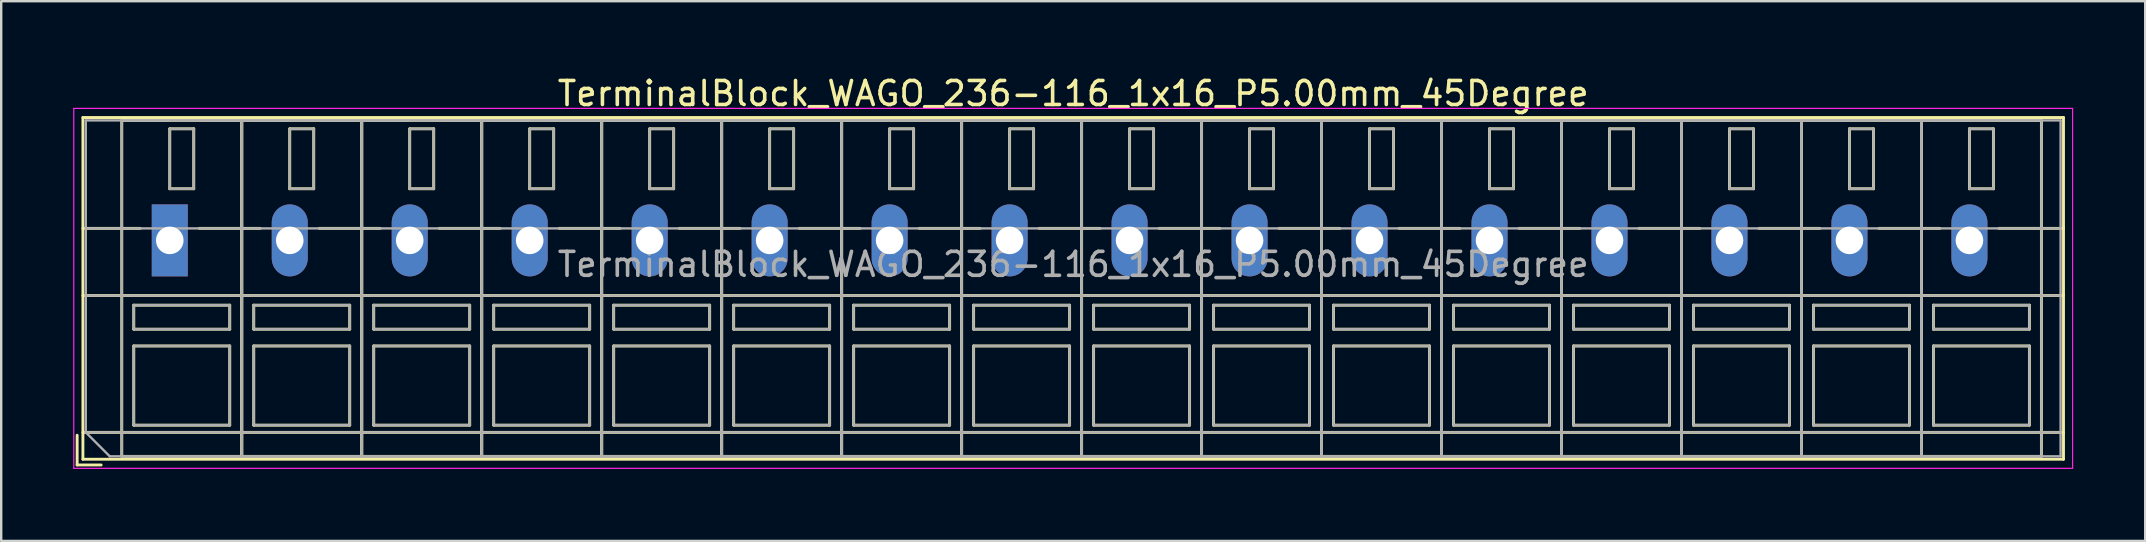
<source format=kicad_pcb>
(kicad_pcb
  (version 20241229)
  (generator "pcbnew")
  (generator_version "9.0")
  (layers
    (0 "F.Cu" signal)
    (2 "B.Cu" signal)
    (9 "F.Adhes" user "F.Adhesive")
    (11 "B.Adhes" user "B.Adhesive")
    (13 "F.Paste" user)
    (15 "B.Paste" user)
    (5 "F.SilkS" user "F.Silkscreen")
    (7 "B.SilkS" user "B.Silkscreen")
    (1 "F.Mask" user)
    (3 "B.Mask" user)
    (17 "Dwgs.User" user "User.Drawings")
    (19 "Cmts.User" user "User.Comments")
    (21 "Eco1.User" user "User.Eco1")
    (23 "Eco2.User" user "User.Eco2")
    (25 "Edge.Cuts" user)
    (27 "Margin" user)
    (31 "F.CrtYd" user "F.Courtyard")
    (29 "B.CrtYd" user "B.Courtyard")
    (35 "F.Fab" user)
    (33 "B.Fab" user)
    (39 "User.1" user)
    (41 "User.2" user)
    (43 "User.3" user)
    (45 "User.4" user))
  (footprint "TerminalBlock_WAGO_236-116_1x16_P5.00mm_45Degree"
    (layer "F.Cu")
    (at 4.025 6.968)
    (property "Reference" "TerminalBlock_WAGO_236-116_1x16_P5.00mm_45Degree" (at 37.65 -6.12 0) (layer "F.SilkS") (effects (font (size 1 1) (thickness 0.15))))
    (attr through_hole)
    (fp_line (start -3.86 8.12) (end -3.86 9.36) (stroke (width 0.12) (type solid)) (layer "F.SilkS"))
    (fp_line (start -3.86 9.36) (end -2.86 9.36) (stroke (width 0.12) (type solid)) (layer "F.SilkS"))
    (fp_line (start -3.62 -5.12) (end -3.62 9.12) (stroke (width 0.12) (type solid)) (layer "F.SilkS"))
    (fp_line (start -3.62 -5.12) (end 78.92 -5.12) (stroke (width 0.12) (type solid)) (layer "F.SilkS"))
    (fp_line (start -3.62 -0.5) (end -1.23 -0.5) (stroke (width 0.12) (type solid)) (layer "F.SilkS"))
    (fp_line (start -3.62 2.3) (end 78.92 2.3) (stroke (width 0.12) (type solid)) (layer "F.SilkS"))
    (fp_line (start -3.62 8) (end 78.92 8) (stroke (width 0.12) (type solid)) (layer "F.SilkS"))
    (fp_line (start -3.62 9.12) (end 78.92 9.12) (stroke (width 0.12) (type solid)) (layer "F.SilkS"))
    (fp_line (start -2 -5) (end -2 9) (stroke (width 0.12) (type solid)) (layer "F.SilkS"))
    (fp_line (start -2 -5) (end 3 -5) (stroke (width 0.12) (type solid)) (layer "F.SilkS"))
    (fp_line (start -2 9) (end 3 9) (stroke (width 0.12) (type solid)) (layer "F.SilkS"))
    (fp_line (start -1.5 2.7) (end -1.5 3.7) (stroke (width 0.12) (type solid)) (layer "F.SilkS"))
    (fp_line (start -1.5 2.7) (end 2.5 2.7) (stroke (width 0.12) (type solid)) (layer "F.SilkS"))
    (fp_line (start -1.5 3.7) (end 2.5 3.7) (stroke (width 0.12) (type solid)) (layer "F.SilkS"))
    (fp_line (start -1.5 4.4) (end -1.5 7.7) (stroke (width 0.12) (type solid)) (layer "F.SilkS"))
    (fp_line (start -1.5 4.4) (end 2.5 4.4) (stroke (width 0.12) (type solid)) (layer "F.SilkS"))
    (fp_line (start -1.5 7.7) (end 2.5 7.7) (stroke (width 0.12) (type solid)) (layer "F.SilkS"))
    (fp_line (start 0 -4.65) (end 0 -2.151) (stroke (width 0.12) (type solid)) (layer "F.SilkS"))
    (fp_line (start 0 -4.65) (end 1 -4.65) (stroke (width 0.12) (type solid)) (layer "F.SilkS"))
    (fp_line (start 0 -2.151) (end 1 -2.151) (stroke (width 0.12) (type solid)) (layer "F.SilkS"))
    (fp_line (start 1 -4.65) (end 1 -2.151) (stroke (width 0.12) (type solid)) (layer "F.SilkS"))
    (fp_line (start 1.23 -0.5) (end 3.77 -0.5) (stroke (width 0.12) (type solid)) (layer "F.SilkS"))
    (fp_line (start 2.5 2.7) (end 2.5 3.7) (stroke (width 0.12) (type solid)) (layer "F.SilkS"))
    (fp_line (start 2.5 4.4) (end 2.5 7.7) (stroke (width 0.12) (type solid)) (layer "F.SilkS"))
    (fp_line (start 3 -5) (end 3 9) (stroke (width 0.12) (type solid)) (layer "F.SilkS"))
    (fp_line (start 3 -5) (end 3 9) (stroke (width 0.12) (type solid)) (layer "F.SilkS"))
    (fp_line (start 3 -5) (end 8 -5) (stroke (width 0.12) (type solid)) (layer "F.SilkS"))
    (fp_line (start 3 9) (end 8 9) (stroke (width 0.12) (type solid)) (layer "F.SilkS"))
    (fp_line (start 3.5 2.7) (end 3.5 3.7) (stroke (width 0.12) (type solid)) (layer "F.SilkS"))
    (fp_line (start 3.5 2.7) (end 7.5 2.7) (stroke (width 0.12) (type solid)) (layer "F.SilkS"))
    (fp_line (start 3.5 3.7) (end 7.5 3.7) (stroke (width 0.12) (type solid)) (layer "F.SilkS"))
    (fp_line (start 3.5 4.4) (end 3.5 7.7) (stroke (width 0.12) (type solid)) (layer "F.SilkS"))
    (fp_line (start 3.5 4.4) (end 7.5 4.4) (stroke (width 0.12) (type solid)) (layer "F.SilkS"))
    (fp_line (start 3.5 7.7) (end 7.5 7.7) (stroke (width 0.12) (type solid)) (layer "F.SilkS"))
    (fp_line (start 5 -4.65) (end 5 -2.151) (stroke (width 0.12) (type solid)) (layer "F.SilkS"))
    (fp_line (start 5 -4.65) (end 6 -4.65) (stroke (width 0.12) (type solid)) (layer "F.SilkS"))
    (fp_line (start 5 -2.151) (end 6 -2.151) (stroke (width 0.12) (type solid)) (layer "F.SilkS"))
    (fp_line (start 6 -4.65) (end 6 -2.151) (stroke (width 0.12) (type solid)) (layer "F.SilkS"))
    (fp_line (start 6.23 -0.5) (end 8.77 -0.5) (stroke (width 0.12) (type solid)) (layer "F.SilkS"))
    (fp_line (start 7.5 2.7) (end 7.5 3.7) (stroke (width 0.12) (type solid)) (layer "F.SilkS"))
    (fp_line (start 7.5 4.4) (end 7.5 7.7) (stroke (width 0.12) (type solid)) (layer "F.SilkS"))
    (fp_line (start 8 -5) (end 8 9) (stroke (width 0.12) (type solid)) (layer "F.SilkS"))
    (fp_line (start 8 -5) (end 8 9) (stroke (width 0.12) (type solid)) (layer "F.SilkS"))
    (fp_line (start 8 -5) (end 13 -5) (stroke (width 0.12) (type solid)) (layer "F.SilkS"))
    (fp_line (start 8 9) (end 13 9) (stroke (width 0.12) (type solid)) (layer "F.SilkS"))
    (fp_line (start 8.5 2.7) (end 8.5 3.7) (stroke (width 0.12) (type solid)) (layer "F.SilkS"))
    (fp_line (start 8.5 2.7) (end 12.5 2.7) (stroke (width 0.12) (type solid)) (layer "F.SilkS"))
    (fp_line (start 8.5 3.7) (end 12.5 3.7) (stroke (width 0.12) (type solid)) (layer "F.SilkS"))
    (fp_line (start 8.5 4.4) (end 8.5 7.7) (stroke (width 0.12) (type solid)) (layer "F.SilkS"))
    (fp_line (start 8.5 4.4) (end 12.5 4.4) (stroke (width 0.12) (type solid)) (layer "F.SilkS"))
    (fp_line (start 8.5 7.7) (end 12.5 7.7) (stroke (width 0.12) (type solid)) (layer "F.SilkS"))
    (fp_line (start 10 -4.65) (end 10 -2.151) (stroke (width 0.12) (type solid)) (layer "F.SilkS"))
    (fp_line (start 10 -4.65) (end 11 -4.65) (stroke (width 0.12) (type solid)) (layer "F.SilkS"))
    (fp_line (start 10 -2.151) (end 11 -2.151) (stroke (width 0.12) (type solid)) (layer "F.SilkS"))
    (fp_line (start 11 -4.65) (end 11 -2.151) (stroke (width 0.12) (type solid)) (layer "F.SilkS"))
    (fp_line (start 11.23 -0.5) (end 13.77 -0.5) (stroke (width 0.12) (type solid)) (layer "F.SilkS"))
    (fp_line (start 12.5 2.7) (end 12.5 3.7) (stroke (width 0.12) (type solid)) (layer "F.SilkS"))
    (fp_line (start 12.5 4.4) (end 12.5 7.7) (stroke (width 0.12) (type solid)) (layer "F.SilkS"))
    (fp_line (start 13 -5) (end 13 9) (stroke (width 0.12) (type solid)) (layer "F.SilkS"))
    (fp_line (start 13 -5) (end 13 9) (stroke (width 0.12) (type solid)) (layer "F.SilkS"))
    (fp_line (start 13 -5) (end 18 -5) (stroke (width 0.12) (type solid)) (layer "F.SilkS"))
    (fp_line (start 13 9) (end 18 9) (stroke (width 0.12) (type solid)) (layer "F.SilkS"))
    (fp_line (start 13.5 2.7) (end 13.5 3.7) (stroke (width 0.12) (type solid)) (layer "F.SilkS"))
    (fp_line (start 13.5 2.7) (end 17.5 2.7) (stroke (width 0.12) (type solid)) (layer "F.SilkS"))
    (fp_line (start 13.5 3.7) (end 17.5 3.7) (stroke (width 0.12) (type solid)) (layer "F.SilkS"))
    (fp_line (start 13.5 4.4) (end 13.5 7.7) (stroke (width 0.12) (type solid)) (layer "F.SilkS"))
    (fp_line (start 13.5 4.4) (end 17.5 4.4) (stroke (width 0.12) (type solid)) (layer "F.SilkS"))
    (fp_line (start 13.5 7.7) (end 17.5 7.7) (stroke (width 0.12) (type solid)) (layer "F.SilkS"))
    (fp_line (start 15 -4.65) (end 15 -2.151) (stroke (width 0.12) (type solid)) (layer "F.SilkS"))
    (fp_line (start 15 -4.65) (end 16 -4.65) (stroke (width 0.12) (type solid)) (layer "F.SilkS"))
    (fp_line (start 15 -2.151) (end 16 -2.151) (stroke (width 0.12) (type solid)) (layer "F.SilkS"))
    (fp_line (start 16 -4.65) (end 16 -2.151) (stroke (width 0.12) (type solid)) (layer "F.SilkS"))
    (fp_line (start 16.23 -0.5) (end 18.77 -0.5) (stroke (width 0.12) (type solid)) (layer "F.SilkS"))
    (fp_line (start 17.5 2.7) (end 17.5 3.7) (stroke (width 0.12) (type solid)) (layer "F.SilkS"))
    (fp_line (start 17.5 4.4) (end 17.5 7.7) (stroke (width 0.12) (type solid)) (layer "F.SilkS"))
    (fp_line (start 18 -5) (end 18 9) (stroke (width 0.12) (type solid)) (layer "F.SilkS"))
    (fp_line (start 18 -5) (end 18 9) (stroke (width 0.12) (type solid)) (layer "F.SilkS"))
    (fp_line (start 18 -5) (end 23 -5) (stroke (width 0.12) (type solid)) (layer "F.SilkS"))
    (fp_line (start 18 9) (end 23 9) (stroke (width 0.12) (type solid)) (layer "F.SilkS"))
    (fp_line (start 18.5 2.7) (end 18.5 3.7) (stroke (width 0.12) (type solid)) (layer "F.SilkS"))
    (fp_line (start 18.5 2.7) (end 22.5 2.7) (stroke (width 0.12) (type solid)) (layer "F.SilkS"))
    (fp_line (start 18.5 3.7) (end 22.5 3.7) (stroke (width 0.12) (type solid)) (layer "F.SilkS"))
    (fp_line (start 18.5 4.4) (end 18.5 7.7) (stroke (width 0.12) (type solid)) (layer "F.SilkS"))
    (fp_line (start 18.5 4.4) (end 22.5 4.4) (stroke (width 0.12) (type solid)) (layer "F.SilkS"))
    (fp_line (start 18.5 7.7) (end 22.5 7.7) (stroke (width 0.12) (type solid)) (layer "F.SilkS"))
    (fp_line (start 20 -4.65) (end 20 -2.151) (stroke (width 0.12) (type solid)) (layer "F.SilkS"))
    (fp_line (start 20 -4.65) (end 21 -4.65) (stroke (width 0.12) (type solid)) (layer "F.SilkS"))
    (fp_line (start 20 -2.151) (end 21 -2.151) (stroke (width 0.12) (type solid)) (layer "F.SilkS"))
    (fp_line (start 21 -4.65) (end 21 -2.151) (stroke (width 0.12) (type solid)) (layer "F.SilkS"))
    (fp_line (start 21.23 -0.5) (end 23.77 -0.5) (stroke (width 0.12) (type solid)) (layer "F.SilkS"))
    (fp_line (start 22.5 2.7) (end 22.5 3.7) (stroke (width 0.12) (type solid)) (layer "F.SilkS"))
    (fp_line (start 22.5 4.4) (end 22.5 7.7) (stroke (width 0.12) (type solid)) (layer "F.SilkS"))
    (fp_line (start 23 -5) (end 23 9) (stroke (width 0.12) (type solid)) (layer "F.SilkS"))
    (fp_line (start 23 -5) (end 23 9) (stroke (width 0.12) (type solid)) (layer "F.SilkS"))
    (fp_line (start 23 -5) (end 28 -5) (stroke (width 0.12) (type solid)) (layer "F.SilkS"))
    (fp_line (start 23 9) (end 28 9) (stroke (width 0.12) (type solid)) (layer "F.SilkS"))
    (fp_line (start 23.5 2.7) (end 23.5 3.7) (stroke (width 0.12) (type solid)) (layer "F.SilkS"))
    (fp_line (start 23.5 2.7) (end 27.5 2.7) (stroke (width 0.12) (type solid)) (layer "F.SilkS"))
    (fp_line (start 23.5 3.7) (end 27.5 3.7) (stroke (width 0.12) (type solid)) (layer "F.SilkS"))
    (fp_line (start 23.5 4.4) (end 23.5 7.7) (stroke (width 0.12) (type solid)) (layer "F.SilkS"))
    (fp_line (start 23.5 4.4) (end 27.5 4.4) (stroke (width 0.12) (type solid)) (layer "F.SilkS"))
    (fp_line (start 23.5 7.7) (end 27.5 7.7) (stroke (width 0.12) (type solid)) (layer "F.SilkS"))
    (fp_line (start 25 -4.65) (end 25 -2.151) (stroke (width 0.12) (type solid)) (layer "F.SilkS"))
    (fp_line (start 25 -4.65) (end 26 -4.65) (stroke (width 0.12) (type solid)) (layer "F.SilkS"))
    (fp_line (start 25 -2.151) (end 26 -2.151) (stroke (width 0.12) (type solid)) (layer "F.SilkS"))
    (fp_line (start 26 -4.65) (end 26 -2.151) (stroke (width 0.12) (type solid)) (layer "F.SilkS"))
    (fp_line (start 26.23 -0.5) (end 28.77 -0.5) (stroke (width 0.12) (type solid)) (layer "F.SilkS"))
    (fp_line (start 27.5 2.7) (end 27.5 3.7) (stroke (width 0.12) (type solid)) (layer "F.SilkS"))
    (fp_line (start 27.5 4.4) (end 27.5 7.7) (stroke (width 0.12) (type solid)) (layer "F.SilkS"))
    (fp_line (start 28 -5) (end 28 9) (stroke (width 0.12) (type solid)) (layer "F.SilkS"))
    (fp_line (start 28 -5) (end 28 9) (stroke (width 0.12) (type solid)) (layer "F.SilkS"))
    (fp_line (start 28 -5) (end 33 -5) (stroke (width 0.12) (type solid)) (layer "F.SilkS"))
    (fp_line (start 28 9) (end 33 9) (stroke (width 0.12) (type solid)) (layer "F.SilkS"))
    (fp_line (start 28.5 2.7) (end 28.5 3.7) (stroke (width 0.12) (type solid)) (layer "F.SilkS"))
    (fp_line (start 28.5 2.7) (end 32.5 2.7) (stroke (width 0.12) (type solid)) (layer "F.SilkS"))
    (fp_line (start 28.5 3.7) (end 32.5 3.7) (stroke (width 0.12) (type solid)) (layer "F.SilkS"))
    (fp_line (start 28.5 4.4) (end 28.5 7.7) (stroke (width 0.12) (type solid)) (layer "F.SilkS"))
    (fp_line (start 28.5 4.4) (end 32.5 4.4) (stroke (width 0.12) (type solid)) (layer "F.SilkS"))
    (fp_line (start 28.5 7.7) (end 32.5 7.7) (stroke (width 0.12) (type solid)) (layer "F.SilkS"))
    (fp_line (start 30 -4.65) (end 30 -2.151) (stroke (width 0.12) (type solid)) (layer "F.SilkS"))
    (fp_line (start 30 -4.65) (end 31 -4.65) (stroke (width 0.12) (type solid)) (layer "F.SilkS"))
    (fp_line (start 30 -2.151) (end 31 -2.151) (stroke (width 0.12) (type solid)) (layer "F.SilkS"))
    (fp_line (start 31 -4.65) (end 31 -2.151) (stroke (width 0.12) (type solid)) (layer "F.SilkS"))
    (fp_line (start 31.23 -0.5) (end 33.77 -0.5) (stroke (width 0.12) (type solid)) (layer "F.SilkS"))
    (fp_line (start 32.5 2.7) (end 32.5 3.7) (stroke (width 0.12) (type solid)) (layer "F.SilkS"))
    (fp_line (start 32.5 4.4) (end 32.5 7.7) (stroke (width 0.12) (type solid)) (layer "F.SilkS"))
    (fp_line (start 33 -5) (end 33 9) (stroke (width 0.12) (type solid)) (layer "F.SilkS"))
    (fp_line (start 33 -5) (end 33 9) (stroke (width 0.12) (type solid)) (layer "F.SilkS"))
    (fp_line (start 33 -5) (end 38 -5) (stroke (width 0.12) (type solid)) (layer "F.SilkS"))
    (fp_line (start 33 9) (end 38 9) (stroke (width 0.12) (type solid)) (layer "F.SilkS"))
    (fp_line (start 33.5 2.7) (end 33.5 3.7) (stroke (width 0.12) (type solid)) (layer "F.SilkS"))
    (fp_line (start 33.5 2.7) (end 37.5 2.7) (stroke (width 0.12) (type solid)) (layer "F.SilkS"))
    (fp_line (start 33.5 3.7) (end 37.5 3.7) (stroke (width 0.12) (type solid)) (layer "F.SilkS"))
    (fp_line (start 33.5 4.4) (end 33.5 7.7) (stroke (width 0.12) (type solid)) (layer "F.SilkS"))
    (fp_line (start 33.5 4.4) (end 37.5 4.4) (stroke (width 0.12) (type solid)) (layer "F.SilkS"))
    (fp_line (start 33.5 7.7) (end 37.5 7.7) (stroke (width 0.12) (type solid)) (layer "F.SilkS"))
    (fp_line (start 35 -4.65) (end 35 -2.151) (stroke (width 0.12) (type solid)) (layer "F.SilkS"))
    (fp_line (start 35 -4.65) (end 36 -4.65) (stroke (width 0.12) (type solid)) (layer "F.SilkS"))
    (fp_line (start 35 -2.151) (end 36 -2.151) (stroke (width 0.12) (type solid)) (layer "F.SilkS"))
    (fp_line (start 36 -4.65) (end 36 -2.151) (stroke (width 0.12) (type solid)) (layer "F.SilkS"))
    (fp_line (start 36.23 -0.5) (end 38.77 -0.5) (stroke (width 0.12) (type solid)) (layer "F.SilkS"))
    (fp_line (start 37.5 2.7) (end 37.5 3.7) (stroke (width 0.12) (type solid)) (layer "F.SilkS"))
    (fp_line (start 37.5 4.4) (end 37.5 7.7) (stroke (width 0.12) (type solid)) (layer "F.SilkS"))
    (fp_line (start 38 -5) (end 38 9) (stroke (width 0.12) (type solid)) (layer "F.SilkS"))
    (fp_line (start 38 -5) (end 38 9) (stroke (width 0.12) (type solid)) (layer "F.SilkS"))
    (fp_line (start 38 -5) (end 43 -5) (stroke (width 0.12) (type solid)) (layer "F.SilkS"))
    (fp_line (start 38 9) (end 43 9) (stroke (width 0.12) (type solid)) (layer "F.SilkS"))
    (fp_line (start 38.5 2.7) (end 38.5 3.7) (stroke (width 0.12) (type solid)) (layer "F.SilkS"))
    (fp_line (start 38.5 2.7) (end 42.5 2.7) (stroke (width 0.12) (type solid)) (layer "F.SilkS"))
    (fp_line (start 38.5 3.7) (end 42.5 3.7) (stroke (width 0.12) (type solid)) (layer "F.SilkS"))
    (fp_line (start 38.5 4.4) (end 38.5 7.7) (stroke (width 0.12) (type solid)) (layer "F.SilkS"))
    (fp_line (start 38.5 4.4) (end 42.5 4.4) (stroke (width 0.12) (type solid)) (layer "F.SilkS"))
    (fp_line (start 38.5 7.7) (end 42.5 7.7) (stroke (width 0.12) (type solid)) (layer "F.SilkS"))
    (fp_line (start 40 -4.65) (end 40 -2.151) (stroke (width 0.12) (type solid)) (layer "F.SilkS"))
    (fp_line (start 40 -4.65) (end 41 -4.65) (stroke (width 0.12) (type solid)) (layer "F.SilkS"))
    (fp_line (start 40 -2.151) (end 41 -2.151) (stroke (width 0.12) (type solid)) (layer "F.SilkS"))
    (fp_line (start 41 -4.65) (end 41 -2.151) (stroke (width 0.12) (type solid)) (layer "F.SilkS"))
    (fp_line (start 41.23 -0.5) (end 43.77 -0.5) (stroke (width 0.12) (type solid)) (layer "F.SilkS"))
    (fp_line (start 42.5 2.7) (end 42.5 3.7) (stroke (width 0.12) (type solid)) (layer "F.SilkS"))
    (fp_line (start 42.5 4.4) (end 42.5 7.7) (stroke (width 0.12) (type solid)) (layer "F.SilkS"))
    (fp_line (start 43 -5) (end 43 9) (stroke (width 0.12) (type solid)) (layer "F.SilkS"))
    (fp_line (start 43 -5) (end 43 9) (stroke (width 0.12) (type solid)) (layer "F.SilkS"))
    (fp_line (start 43 -5) (end 48 -5) (stroke (width 0.12) (type solid)) (layer "F.SilkS"))
    (fp_line (start 43 9) (end 48 9) (stroke (width 0.12) (type solid)) (layer "F.SilkS"))
    (fp_line (start 43.5 2.7) (end 43.5 3.7) (stroke (width 0.12) (type solid)) (layer "F.SilkS"))
    (fp_line (start 43.5 2.7) (end 47.5 2.7) (stroke (width 0.12) (type solid)) (layer "F.SilkS"))
    (fp_line (start 43.5 3.7) (end 47.5 3.7) (stroke (width 0.12) (type solid)) (layer "F.SilkS"))
    (fp_line (start 43.5 4.4) (end 43.5 7.7) (stroke (width 0.12) (type solid)) (layer "F.SilkS"))
    (fp_line (start 43.5 4.4) (end 47.5 4.4) (stroke (width 0.12) (type solid)) (layer "F.SilkS"))
    (fp_line (start 43.5 7.7) (end 47.5 7.7) (stroke (width 0.12) (type solid)) (layer "F.SilkS"))
    (fp_line (start 45 -4.65) (end 45 -2.151) (stroke (width 0.12) (type solid)) (layer "F.SilkS"))
    (fp_line (start 45 -4.65) (end 46 -4.65) (stroke (width 0.12) (type solid)) (layer "F.SilkS"))
    (fp_line (start 45 -2.151) (end 46 -2.151) (stroke (width 0.12) (type solid)) (layer "F.SilkS"))
    (fp_line (start 46 -4.65) (end 46 -2.151) (stroke (width 0.12) (type solid)) (layer "F.SilkS"))
    (fp_line (start 46.23 -0.5) (end 48.77 -0.5) (stroke (width 0.12) (type solid)) (layer "F.SilkS"))
    (fp_line (start 47.5 2.7) (end 47.5 3.7) (stroke (width 0.12) (type solid)) (layer "F.SilkS"))
    (fp_line (start 47.5 4.4) (end 47.5 7.7) (stroke (width 0.12) (type solid)) (layer "F.SilkS"))
    (fp_line (start 48 -5) (end 48 9) (stroke (width 0.12) (type solid)) (layer "F.SilkS"))
    (fp_line (start 48 -5) (end 48 9) (stroke (width 0.12) (type solid)) (layer "F.SilkS"))
    (fp_line (start 48 -5) (end 53 -5) (stroke (width 0.12) (type solid)) (layer "F.SilkS"))
    (fp_line (start 48 9) (end 53 9) (stroke (width 0.12) (type solid)) (layer "F.SilkS"))
    (fp_line (start 48.5 2.7) (end 48.5 3.7) (stroke (width 0.12) (type solid)) (layer "F.SilkS"))
    (fp_line (start 48.5 2.7) (end 52.5 2.7) (stroke (width 0.12) (type solid)) (layer "F.SilkS"))
    (fp_line (start 48.5 3.7) (end 52.5 3.7) (stroke (width 0.12) (type solid)) (layer "F.SilkS"))
    (fp_line (start 48.5 4.4) (end 48.5 7.7) (stroke (width 0.12) (type solid)) (layer "F.SilkS"))
    (fp_line (start 48.5 4.4) (end 52.5 4.4) (stroke (width 0.12) (type solid)) (layer "F.SilkS"))
    (fp_line (start 48.5 7.7) (end 52.5 7.7) (stroke (width 0.12) (type solid)) (layer "F.SilkS"))
    (fp_line (start 50 -4.65) (end 50 -2.151) (stroke (width 0.12) (type solid)) (layer "F.SilkS"))
    (fp_line (start 50 -4.65) (end 51 -4.65) (stroke (width 0.12) (type solid)) (layer "F.SilkS"))
    (fp_line (start 50 -2.151) (end 51 -2.151) (stroke (width 0.12) (type solid)) (layer "F.SilkS"))
    (fp_line (start 51 -4.65) (end 51 -2.151) (stroke (width 0.12) (type solid)) (layer "F.SilkS"))
    (fp_line (start 51.23 -0.5) (end 53.77 -0.5) (stroke (width 0.12) (type solid)) (layer "F.SilkS"))
    (fp_line (start 52.5 2.7) (end 52.5 3.7) (stroke (width 0.12) (type solid)) (layer "F.SilkS"))
    (fp_line (start 52.5 4.4) (end 52.5 7.7) (stroke (width 0.12) (type solid)) (layer "F.SilkS"))
    (fp_line (start 53 -5) (end 53 9) (stroke (width 0.12) (type solid)) (layer "F.SilkS"))
    (fp_line (start 53 -5) (end 53 9) (stroke (width 0.12) (type solid)) (layer "F.SilkS"))
    (fp_line (start 53 -5) (end 58 -5) (stroke (width 0.12) (type solid)) (layer "F.SilkS"))
    (fp_line (start 53 9) (end 58 9) (stroke (width 0.12) (type solid)) (layer "F.SilkS"))
    (fp_line (start 53.5 2.7) (end 53.5 3.7) (stroke (width 0.12) (type solid)) (layer "F.SilkS"))
    (fp_line (start 53.5 2.7) (end 57.5 2.7) (stroke (width 0.12) (type solid)) (layer "F.SilkS"))
    (fp_line (start 53.5 3.7) (end 57.5 3.7) (stroke (width 0.12) (type solid)) (layer "F.SilkS"))
    (fp_line (start 53.5 4.4) (end 53.5 7.7) (stroke (width 0.12) (type solid)) (layer "F.SilkS"))
    (fp_line (start 53.5 4.4) (end 57.5 4.4) (stroke (width 0.12) (type solid)) (layer "F.SilkS"))
    (fp_line (start 53.5 7.7) (end 57.5 7.7) (stroke (width 0.12) (type solid)) (layer "F.SilkS"))
    (fp_line (start 55 -4.65) (end 55 -2.151) (stroke (width 0.12) (type solid)) (layer "F.SilkS"))
    (fp_line (start 55 -4.65) (end 56 -4.65) (stroke (width 0.12) (type solid)) (layer "F.SilkS"))
    (fp_line (start 55 -2.151) (end 56 -2.151) (stroke (width 0.12) (type solid)) (layer "F.SilkS"))
    (fp_line (start 56 -4.65) (end 56 -2.151) (stroke (width 0.12) (type solid)) (layer "F.SilkS"))
    (fp_line (start 56.23 -0.5) (end 58.77 -0.5) (stroke (width 0.12) (type solid)) (layer "F.SilkS"))
    (fp_line (start 57.5 2.7) (end 57.5 3.7) (stroke (width 0.12) (type solid)) (layer "F.SilkS"))
    (fp_line (start 57.5 4.4) (end 57.5 7.7) (stroke (width 0.12) (type solid)) (layer "F.SilkS"))
    (fp_line (start 58 -5) (end 58 9) (stroke (width 0.12) (type solid)) (layer "F.SilkS"))
    (fp_line (start 58 -5) (end 58 9) (stroke (width 0.12) (type solid)) (layer "F.SilkS"))
    (fp_line (start 58 -5) (end 63 -5) (stroke (width 0.12) (type solid)) (layer "F.SilkS"))
    (fp_line (start 58 9) (end 63 9) (stroke (width 0.12) (type solid)) (layer "F.SilkS"))
    (fp_line (start 58.5 2.7) (end 58.5 3.7) (stroke (width 0.12) (type solid)) (layer "F.SilkS"))
    (fp_line (start 58.5 2.7) (end 62.5 2.7) (stroke (width 0.12) (type solid)) (layer "F.SilkS"))
    (fp_line (start 58.5 3.7) (end 62.5 3.7) (stroke (width 0.12) (type solid)) (layer "F.SilkS"))
    (fp_line (start 58.5 4.4) (end 58.5 7.7) (stroke (width 0.12) (type solid)) (layer "F.SilkS"))
    (fp_line (start 58.5 4.4) (end 62.5 4.4) (stroke (width 0.12) (type solid)) (layer "F.SilkS"))
    (fp_line (start 58.5 7.7) (end 62.5 7.7) (stroke (width 0.12) (type solid)) (layer "F.SilkS"))
    (fp_line (start 60 -4.65) (end 60 -2.151) (stroke (width 0.12) (type solid)) (layer "F.SilkS"))
    (fp_line (start 60 -4.65) (end 61 -4.65) (stroke (width 0.12) (type solid)) (layer "F.SilkS"))
    (fp_line (start 60 -2.151) (end 61 -2.151) (stroke (width 0.12) (type solid)) (layer "F.SilkS"))
    (fp_line (start 61 -4.65) (end 61 -2.151) (stroke (width 0.12) (type solid)) (layer "F.SilkS"))
    (fp_line (start 61.23 -0.5) (end 63.77 -0.5) (stroke (width 0.12) (type solid)) (layer "F.SilkS"))
    (fp_line (start 62.5 2.7) (end 62.5 3.7) (stroke (width 0.12) (type solid)) (layer "F.SilkS"))
    (fp_line (start 62.5 4.4) (end 62.5 7.7) (stroke (width 0.12) (type solid)) (layer "F.SilkS"))
    (fp_line (start 63 -5) (end 63 9) (stroke (width 0.12) (type solid)) (layer "F.SilkS"))
    (fp_line (start 63 -5) (end 63 9) (stroke (width 0.12) (type solid)) (layer "F.SilkS"))
    (fp_line (start 63 -5) (end 68 -5) (stroke (width 0.12) (type solid)) (layer "F.SilkS"))
    (fp_line (start 63 9) (end 68 9) (stroke (width 0.12) (type solid)) (layer "F.SilkS"))
    (fp_line (start 63.5 2.7) (end 63.5 3.7) (stroke (width 0.12) (type solid)) (layer "F.SilkS"))
    (fp_line (start 63.5 2.7) (end 67.5 2.7) (stroke (width 0.12) (type solid)) (layer "F.SilkS"))
    (fp_line (start 63.5 3.7) (end 67.5 3.7) (stroke (width 0.12) (type solid)) (layer "F.SilkS"))
    (fp_line (start 63.5 4.4) (end 63.5 7.7) (stroke (width 0.12) (type solid)) (layer "F.SilkS"))
    (fp_line (start 63.5 4.4) (end 67.5 4.4) (stroke (width 0.12) (type solid)) (layer "F.SilkS"))
    (fp_line (start 63.5 7.7) (end 67.5 7.7) (stroke (width 0.12) (type solid)) (layer "F.SilkS"))
    (fp_line (start 65 -4.65) (end 65 -2.151) (stroke (width 0.12) (type solid)) (layer "F.SilkS"))
    (fp_line (start 65 -4.65) (end 66 -4.65) (stroke (width 0.12) (type solid)) (layer "F.SilkS"))
    (fp_line (start 65 -2.151) (end 66 -2.151) (stroke (width 0.12) (type solid)) (layer "F.SilkS"))
    (fp_line (start 66 -4.65) (end 66 -2.151) (stroke (width 0.12) (type solid)) (layer "F.SilkS"))
    (fp_line (start 66.23 -0.5) (end 68.77 -0.5) (stroke (width 0.12) (type solid)) (layer "F.SilkS"))
    (fp_line (start 67.5 2.7) (end 67.5 3.7) (stroke (width 0.12) (type solid)) (layer "F.SilkS"))
    (fp_line (start 67.5 4.4) (end 67.5 7.7) (stroke (width 0.12) (type solid)) (layer "F.SilkS"))
    (fp_line (start 68 -5) (end 68 9) (stroke (width 0.12) (type solid)) (layer "F.SilkS"))
    (fp_line (start 68 -5) (end 68 9) (stroke (width 0.12) (type solid)) (layer "F.SilkS"))
    (fp_line (start 68 -5) (end 73 -5) (stroke (width 0.12) (type solid)) (layer "F.SilkS"))
    (fp_line (start 68 9) (end 73 9) (stroke (width 0.12) (type solid)) (layer "F.SilkS"))
    (fp_line (start 68.5 2.7) (end 68.5 3.7) (stroke (width 0.12) (type solid)) (layer "F.SilkS"))
    (fp_line (start 68.5 2.7) (end 72.5 2.7) (stroke (width 0.12) (type solid)) (layer "F.SilkS"))
    (fp_line (start 68.5 3.7) (end 72.5 3.7) (stroke (width 0.12) (type solid)) (layer "F.SilkS"))
    (fp_line (start 68.5 4.4) (end 68.5 7.7) (stroke (width 0.12) (type solid)) (layer "F.SilkS"))
    (fp_line (start 68.5 4.4) (end 72.5 4.4) (stroke (width 0.12) (type solid)) (layer "F.SilkS"))
    (fp_line (start 68.5 7.7) (end 72.5 7.7) (stroke (width 0.12) (type solid)) (layer "F.SilkS"))
    (fp_line (start 70 -4.65) (end 70 -2.151) (stroke (width 0.12) (type solid)) (layer "F.SilkS"))
    (fp_line (start 70 -4.65) (end 71 -4.65) (stroke (width 0.12) (type solid)) (layer "F.SilkS"))
    (fp_line (start 70 -2.151) (end 71 -2.151) (stroke (width 0.12) (type solid)) (layer "F.SilkS"))
    (fp_line (start 71 -4.65) (end 71 -2.151) (stroke (width 0.12) (type solid)) (layer "F.SilkS"))
    (fp_line (start 71.23 -0.5) (end 73.77 -0.5) (stroke (width 0.12) (type solid)) (layer "F.SilkS"))
    (fp_line (start 72.5 2.7) (end 72.5 3.7) (stroke (width 0.12) (type solid)) (layer "F.SilkS"))
    (fp_line (start 72.5 4.4) (end 72.5 7.7) (stroke (width 0.12) (type solid)) (layer "F.SilkS"))
    (fp_line (start 73 -5) (end 73 9) (stroke (width 0.12) (type solid)) (layer "F.SilkS"))
    (fp_line (start 73 -5) (end 73 9) (stroke (width 0.12) (type solid)) (layer "F.SilkS"))
    (fp_line (start 73 -5) (end 78 -5) (stroke (width 0.12) (type solid)) (layer "F.SilkS"))
    (fp_line (start 73 9) (end 78 9) (stroke (width 0.12) (type solid)) (layer "F.SilkS"))
    (fp_line (start 73.5 2.7) (end 73.5 3.7) (stroke (width 0.12) (type solid)) (layer "F.SilkS"))
    (fp_line (start 73.5 2.7) (end 77.5 2.7) (stroke (width 0.12) (type solid)) (layer "F.SilkS"))
    (fp_line (start 73.5 3.7) (end 77.5 3.7) (stroke (width 0.12) (type solid)) (layer "F.SilkS"))
    (fp_line (start 73.5 4.4) (end 73.5 7.7) (stroke (width 0.12) (type solid)) (layer "F.SilkS"))
    (fp_line (start 73.5 4.4) (end 77.5 4.4) (stroke (width 0.12) (type solid)) (layer "F.SilkS"))
    (fp_line (start 73.5 7.7) (end 77.5 7.7) (stroke (width 0.12) (type solid)) (layer "F.SilkS"))
    (fp_line (start 75 -4.65) (end 75 -2.151) (stroke (width 0.12) (type solid)) (layer "F.SilkS"))
    (fp_line (start 75 -4.65) (end 76 -4.65) (stroke (width 0.12) (type solid)) (layer "F.SilkS"))
    (fp_line (start 75 -2.151) (end 76 -2.151) (stroke (width 0.12) (type solid)) (layer "F.SilkS"))
    (fp_line (start 76 -4.65) (end 76 -2.151) (stroke (width 0.12) (type solid)) (layer "F.SilkS"))
    (fp_line (start 76.23 -0.5) (end 78.92 -0.5) (stroke (width 0.12) (type solid)) (layer "F.SilkS"))
    (fp_line (start 77.5 2.7) (end 77.5 3.7) (stroke (width 0.12) (type solid)) (layer "F.SilkS"))
    (fp_line (start 77.5 4.4) (end 77.5 7.7) (stroke (width 0.12) (type solid)) (layer "F.SilkS"))
    (fp_line (start 78 -5) (end 78 9) (stroke (width 0.12) (type solid)) (layer "F.SilkS"))
    (fp_line (start 78.92 -5.12) (end 78.92 9.12) (stroke (width 0.12) (type solid)) (layer "F.SilkS"))
    (fp_line (start -4 -5.5) (end -4 9.5) (stroke (width 0.05) (type solid)) (layer "F.CrtYd"))
    (fp_line (start -4 9.5) (end 79.3 9.5) (stroke (width 0.05) (type solid)) (layer "F.CrtYd"))
    (fp_line (start 79.3 -5.5) (end -4 -5.5) (stroke (width 0.05) (type solid)) (layer "F.CrtYd"))
    (fp_line (start 79.3 9.5) (end 79.3 -5.5) (stroke (width 0.05) (type solid)) (layer "F.CrtYd"))
    (fp_line (start -3.5 -5) (end 78.8 -5) (stroke (width 0.1) (type solid)) (layer "F.Fab"))
    (fp_line (start -3.5 -0.5) (end 78.8 -0.5) (stroke (width 0.1) (type solid)) (layer "F.Fab"))
    (fp_line (start -3.5 2.3) (end 78.8 2.3) (stroke (width 0.1) (type solid)) (layer "F.Fab"))
    (fp_line (start -3.5 8) (end -3.5 -5) (stroke (width 0.1) (type solid)) (layer "F.Fab"))
    (fp_line (start -3.5 8) (end 78.8 8) (stroke (width 0.1) (type solid)) (layer "F.Fab"))
    (fp_line (start -2.5 9) (end -3.5 8) (stroke (width 0.1) (type solid)) (layer "F.Fab"))
    (fp_line (start -2 -5) (end -2 9) (stroke (width 0.1) (type solid)) (layer "F.Fab"))
    (fp_line (start -2 9) (end 3 9) (stroke (width 0.1) (type solid)) (layer "F.Fab"))
    (fp_line (start -1.5 2.7) (end -1.5 3.7) (stroke (width 0.1) (type solid)) (layer "F.Fab"))
    (fp_line (start -1.5 3.7) (end 2.5 3.7) (stroke (width 0.1) (type solid)) (layer "F.Fab"))
    (fp_line (start -1.5 4.4) (end -1.5 7.7) (stroke (width 0.1) (type solid)) (layer "F.Fab"))
    (fp_line (start -1.5 7.7) (end 2.5 7.7) (stroke (width 0.1) (type solid)) (layer "F.Fab"))
    (fp_line (start 0 -4.65) (end 0 -2.15) (stroke (width 0.1) (type solid)) (layer "F.Fab"))
    (fp_line (start 0 -2.15) (end 1 -2.15) (stroke (width 0.1) (type solid)) (layer "F.Fab"))
    (fp_line (start 1 -4.65) (end 0 -4.65) (stroke (width 0.1) (type solid)) (layer "F.Fab"))
    (fp_line (start 1 -2.15) (end 1 -4.65) (stroke (width 0.1) (type solid)) (layer "F.Fab"))
    (fp_line (start 2.5 2.7) (end -1.5 2.7) (stroke (width 0.1) (type solid)) (layer "F.Fab"))
    (fp_line (start 2.5 3.7) (end 2.5 2.7) (stroke (width 0.1) (type solid)) (layer "F.Fab"))
    (fp_line (start 2.5 4.4) (end -1.5 4.4) (stroke (width 0.1) (type solid)) (layer "F.Fab"))
    (fp_line (start 2.5 7.7) (end 2.5 4.4) (stroke (width 0.1) (type solid)) (layer "F.Fab"))
    (fp_line (start 3 -5) (end -2 -5) (stroke (width 0.1) (type solid)) (layer "F.Fab"))
    (fp_line (start 3 -5) (end 3 9) (stroke (width 0.1) (type solid)) (layer "F.Fab"))
    (fp_line (start 3 9) (end 3 -5) (stroke (width 0.1) (type solid)) (layer "F.Fab"))
    (fp_line (start 3 9) (end 8 9) (stroke (width 0.1) (type solid)) (layer "F.Fab"))
    (fp_line (start 3.5 2.7) (end 3.5 3.7) (stroke (width 0.1) (type solid)) (layer "F.Fab"))
    (fp_line (start 3.5 3.7) (end 7.5 3.7) (stroke (width 0.1) (type solid)) (layer "F.Fab"))
    (fp_line (start 3.5 4.4) (end 3.5 7.7) (stroke (width 0.1) (type solid)) (layer "F.Fab"))
    (fp_line (start 3.5 7.7) (end 7.5 7.7) (stroke (width 0.1) (type solid)) (layer "F.Fab"))
    (fp_line (start 5 -4.65) (end 5 -2.15) (stroke (width 0.1) (type solid)) (layer "F.Fab"))
    (fp_line (start 5 -2.15) (end 6 -2.15) (stroke (width 0.1) (type solid)) (layer "F.Fab"))
    (fp_line (start 6 -4.65) (end 5 -4.65) (stroke (width 0.1) (type solid)) (layer "F.Fab"))
    (fp_line (start 6 -2.15) (end 6 -4.65) (stroke (width 0.1) (type solid)) (layer "F.Fab"))
    (fp_line (start 7.5 2.7) (end 3.5 2.7) (stroke (width 0.1) (type solid)) (layer "F.Fab"))
    (fp_line (start 7.5 3.7) (end 7.5 2.7) (stroke (width 0.1) (type solid)) (layer "F.Fab"))
    (fp_line (start 7.5 4.4) (end 3.5 4.4) (stroke (width 0.1) (type solid)) (layer "F.Fab"))
    (fp_line (start 7.5 7.7) (end 7.5 4.4) (stroke (width 0.1) (type solid)) (layer "F.Fab"))
    (fp_line (start 8 -5) (end 3 -5) (stroke (width 0.1) (type solid)) (layer "F.Fab"))
    (fp_line (start 8 -5) (end 8 9) (stroke (width 0.1) (type solid)) (layer "F.Fab"))
    (fp_line (start 8 9) (end 8 -5) (stroke (width 0.1) (type solid)) (layer "F.Fab"))
    (fp_line (start 8 9) (end 13 9) (stroke (width 0.1) (type solid)) (layer "F.Fab"))
    (fp_line (start 8.5 2.7) (end 8.5 3.7) (stroke (width 0.1) (type solid)) (layer "F.Fab"))
    (fp_line (start 8.5 3.7) (end 12.5 3.7) (stroke (width 0.1) (type solid)) (layer "F.Fab"))
    (fp_line (start 8.5 4.4) (end 8.5 7.7) (stroke (width 0.1) (type solid)) (layer "F.Fab"))
    (fp_line (start 8.5 7.7) (end 12.5 7.7) (stroke (width 0.1) (type solid)) (layer "F.Fab"))
    (fp_line (start 10 -4.65) (end 10 -2.15) (stroke (width 0.1) (type solid)) (layer "F.Fab"))
    (fp_line (start 10 -2.15) (end 11 -2.15) (stroke (width 0.1) (type solid)) (layer "F.Fab"))
    (fp_line (start 11 -4.65) (end 10 -4.65) (stroke (width 0.1) (type solid)) (layer "F.Fab"))
    (fp_line (start 11 -2.15) (end 11 -4.65) (stroke (width 0.1) (type solid)) (layer "F.Fab"))
    (fp_line (start 12.5 2.7) (end 8.5 2.7) (stroke (width 0.1) (type solid)) (layer "F.Fab"))
    (fp_line (start 12.5 3.7) (end 12.5 2.7) (stroke (width 0.1) (type solid)) (layer "F.Fab"))
    (fp_line (start 12.5 4.4) (end 8.5 4.4) (stroke (width 0.1) (type solid)) (layer "F.Fab"))
    (fp_line (start 12.5 7.7) (end 12.5 4.4) (stroke (width 0.1) (type solid)) (layer "F.Fab"))
    (fp_line (start 13 -5) (end 8 -5) (stroke (width 0.1) (type solid)) (layer "F.Fab"))
    (fp_line (start 13 -5) (end 13 9) (stroke (width 0.1) (type solid)) (layer "F.Fab"))
    (fp_line (start 13 9) (end 13 -5) (stroke (width 0.1) (type solid)) (layer "F.Fab"))
    (fp_line (start 13 9) (end 18 9) (stroke (width 0.1) (type solid)) (layer "F.Fab"))
    (fp_line (start 13.5 2.7) (end 13.5 3.7) (stroke (width 0.1) (type solid)) (layer "F.Fab"))
    (fp_line (start 13.5 3.7) (end 17.5 3.7) (stroke (width 0.1) (type solid)) (layer "F.Fab"))
    (fp_line (start 13.5 4.4) (end 13.5 7.7) (stroke (width 0.1) (type solid)) (layer "F.Fab"))
    (fp_line (start 13.5 7.7) (end 17.5 7.7) (stroke (width 0.1) (type solid)) (layer "F.Fab"))
    (fp_line (start 15 -4.65) (end 15 -2.15) (stroke (width 0.1) (type solid)) (layer "F.Fab"))
    (fp_line (start 15 -2.15) (end 16 -2.15) (stroke (width 0.1) (type solid)) (layer "F.Fab"))
    (fp_line (start 16 -4.65) (end 15 -4.65) (stroke (width 0.1) (type solid)) (layer "F.Fab"))
    (fp_line (start 16 -2.15) (end 16 -4.65) (stroke (width 0.1) (type solid)) (layer "F.Fab"))
    (fp_line (start 17.5 2.7) (end 13.5 2.7) (stroke (width 0.1) (type solid)) (layer "F.Fab"))
    (fp_line (start 17.5 3.7) (end 17.5 2.7) (stroke (width 0.1) (type solid)) (layer "F.Fab"))
    (fp_line (start 17.5 4.4) (end 13.5 4.4) (stroke (width 0.1) (type solid)) (layer "F.Fab"))
    (fp_line (start 17.5 7.7) (end 17.5 4.4) (stroke (width 0.1) (type solid)) (layer "F.Fab"))
    (fp_line (start 18 -5) (end 13 -5) (stroke (width 0.1) (type solid)) (layer "F.Fab"))
    (fp_line (start 18 -5) (end 18 9) (stroke (width 0.1) (type solid)) (layer "F.Fab"))
    (fp_line (start 18 9) (end 18 -5) (stroke (width 0.1) (type solid)) (layer "F.Fab"))
    (fp_line (start 18 9) (end 23 9) (stroke (width 0.1) (type solid)) (layer "F.Fab"))
    (fp_line (start 18.5 2.7) (end 18.5 3.7) (stroke (width 0.1) (type solid)) (layer "F.Fab"))
    (fp_line (start 18.5 3.7) (end 22.5 3.7) (stroke (width 0.1) (type solid)) (layer "F.Fab"))
    (fp_line (start 18.5 4.4) (end 18.5 7.7) (stroke (width 0.1) (type solid)) (layer "F.Fab"))
    (fp_line (start 18.5 7.7) (end 22.5 7.7) (stroke (width 0.1) (type solid)) (layer "F.Fab"))
    (fp_line (start 20 -4.65) (end 20 -2.15) (stroke (width 0.1) (type solid)) (layer "F.Fab"))
    (fp_line (start 20 -2.15) (end 21 -2.15) (stroke (width 0.1) (type solid)) (layer "F.Fab"))
    (fp_line (start 21 -4.65) (end 20 -4.65) (stroke (width 0.1) (type solid)) (layer "F.Fab"))
    (fp_line (start 21 -2.15) (end 21 -4.65) (stroke (width 0.1) (type solid)) (layer "F.Fab"))
    (fp_line (start 22.5 2.7) (end 18.5 2.7) (stroke (width 0.1) (type solid)) (layer "F.Fab"))
    (fp_line (start 22.5 3.7) (end 22.5 2.7) (stroke (width 0.1) (type solid)) (layer "F.Fab"))
    (fp_line (start 22.5 4.4) (end 18.5 4.4) (stroke (width 0.1) (type solid)) (layer "F.Fab"))
    (fp_line (start 22.5 7.7) (end 22.5 4.4) (stroke (width 0.1) (type solid)) (layer "F.Fab"))
    (fp_line (start 23 -5) (end 18 -5) (stroke (width 0.1) (type solid)) (layer "F.Fab"))
    (fp_line (start 23 -5) (end 23 9) (stroke (width 0.1) (type solid)) (layer "F.Fab"))
    (fp_line (start 23 9) (end 23 -5) (stroke (width 0.1) (type solid)) (layer "F.Fab"))
    (fp_line (start 23 9) (end 28 9) (stroke (width 0.1) (type solid)) (layer "F.Fab"))
    (fp_line (start 23.5 2.7) (end 23.5 3.7) (stroke (width 0.1) (type solid)) (layer "F.Fab"))
    (fp_line (start 23.5 3.7) (end 27.5 3.7) (stroke (width 0.1) (type solid)) (layer "F.Fab"))
    (fp_line (start 23.5 4.4) (end 23.5 7.7) (stroke (width 0.1) (type solid)) (layer "F.Fab"))
    (fp_line (start 23.5 7.7) (end 27.5 7.7) (stroke (width 0.1) (type solid)) (layer "F.Fab"))
    (fp_line (start 25 -4.65) (end 25 -2.15) (stroke (width 0.1) (type solid)) (layer "F.Fab"))
    (fp_line (start 25 -2.15) (end 26 -2.15) (stroke (width 0.1) (type solid)) (layer "F.Fab"))
    (fp_line (start 26 -4.65) (end 25 -4.65) (stroke (width 0.1) (type solid)) (layer "F.Fab"))
    (fp_line (start 26 -2.15) (end 26 -4.65) (stroke (width 0.1) (type solid)) (layer "F.Fab"))
    (fp_line (start 27.5 2.7) (end 23.5 2.7) (stroke (width 0.1) (type solid)) (layer "F.Fab"))
    (fp_line (start 27.5 3.7) (end 27.5 2.7) (stroke (width 0.1) (type solid)) (layer "F.Fab"))
    (fp_line (start 27.5 4.4) (end 23.5 4.4) (stroke (width 0.1) (type solid)) (layer "F.Fab"))
    (fp_line (start 27.5 7.7) (end 27.5 4.4) (stroke (width 0.1) (type solid)) (layer "F.Fab"))
    (fp_line (start 28 -5) (end 23 -5) (stroke (width 0.1) (type solid)) (layer "F.Fab"))
    (fp_line (start 28 -5) (end 28 9) (stroke (width 0.1) (type solid)) (layer "F.Fab"))
    (fp_line (start 28 9) (end 28 -5) (stroke (width 0.1) (type solid)) (layer "F.Fab"))
    (fp_line (start 28 9) (end 33 9) (stroke (width 0.1) (type solid)) (layer "F.Fab"))
    (fp_line (start 28.5 2.7) (end 28.5 3.7) (stroke (width 0.1) (type solid)) (layer "F.Fab"))
    (fp_line (start 28.5 3.7) (end 32.5 3.7) (stroke (width 0.1) (type solid)) (layer "F.Fab"))
    (fp_line (start 28.5 4.4) (end 28.5 7.7) (stroke (width 0.1) (type solid)) (layer "F.Fab"))
    (fp_line (start 28.5 7.7) (end 32.5 7.7) (stroke (width 0.1) (type solid)) (layer "F.Fab"))
    (fp_line (start 30 -4.65) (end 30 -2.15) (stroke (width 0.1) (type solid)) (layer "F.Fab"))
    (fp_line (start 30 -2.15) (end 31 -2.15) (stroke (width 0.1) (type solid)) (layer "F.Fab"))
    (fp_line (start 31 -4.65) (end 30 -4.65) (stroke (width 0.1) (type solid)) (layer "F.Fab"))
    (fp_line (start 31 -2.15) (end 31 -4.65) (stroke (width 0.1) (type solid)) (layer "F.Fab"))
    (fp_line (start 32.5 2.7) (end 28.5 2.7) (stroke (width 0.1) (type solid)) (layer "F.Fab"))
    (fp_line (start 32.5 3.7) (end 32.5 2.7) (stroke (width 0.1) (type solid)) (layer "F.Fab"))
    (fp_line (start 32.5 4.4) (end 28.5 4.4) (stroke (width 0.1) (type solid)) (layer "F.Fab"))
    (fp_line (start 32.5 7.7) (end 32.5 4.4) (stroke (width 0.1) (type solid)) (layer "F.Fab"))
    (fp_line (start 33 -5) (end 28 -5) (stroke (width 0.1) (type solid)) (layer "F.Fab"))
    (fp_line (start 33 -5) (end 33 9) (stroke (width 0.1) (type solid)) (layer "F.Fab"))
    (fp_line (start 33 9) (end 33 -5) (stroke (width 0.1) (type solid)) (layer "F.Fab"))
    (fp_line (start 33 9) (end 38 9) (stroke (width 0.1) (type solid)) (layer "F.Fab"))
    (fp_line (start 33.5 2.7) (end 33.5 3.7) (stroke (width 0.1) (type solid)) (layer "F.Fab"))
    (fp_line (start 33.5 3.7) (end 37.5 3.7) (stroke (width 0.1) (type solid)) (layer "F.Fab"))
    (fp_line (start 33.5 4.4) (end 33.5 7.7) (stroke (width 0.1) (type solid)) (layer "F.Fab"))
    (fp_line (start 33.5 7.7) (end 37.5 7.7) (stroke (width 0.1) (type solid)) (layer "F.Fab"))
    (fp_line (start 35 -4.65) (end 35 -2.15) (stroke (width 0.1) (type solid)) (layer "F.Fab"))
    (fp_line (start 35 -2.15) (end 36 -2.15) (stroke (width 0.1) (type solid)) (layer "F.Fab"))
    (fp_line (start 36 -4.65) (end 35 -4.65) (stroke (width 0.1) (type solid)) (layer "F.Fab"))
    (fp_line (start 36 -2.15) (end 36 -4.65) (stroke (width 0.1) (type solid)) (layer "F.Fab"))
    (fp_line (start 37.5 2.7) (end 33.5 2.7) (stroke (width 0.1) (type solid)) (layer "F.Fab"))
    (fp_line (start 37.5 3.7) (end 37.5 2.7) (stroke (width 0.1) (type solid)) (layer "F.Fab"))
    (fp_line (start 37.5 4.4) (end 33.5 4.4) (stroke (width 0.1) (type solid)) (layer "F.Fab"))
    (fp_line (start 37.5 7.7) (end 37.5 4.4) (stroke (width 0.1) (type solid)) (layer "F.Fab"))
    (fp_line (start 38 -5) (end 33 -5) (stroke (width 0.1) (type solid)) (layer "F.Fab"))
    (fp_line (start 38 -5) (end 38 9) (stroke (width 0.1) (type solid)) (layer "F.Fab"))
    (fp_line (start 38 9) (end 38 -5) (stroke (width 0.1) (type solid)) (layer "F.Fab"))
    (fp_line (start 38 9) (end 43 9) (stroke (width 0.1) (type solid)) (layer "F.Fab"))
    (fp_line (start 38.5 2.7) (end 38.5 3.7) (stroke (width 0.1) (type solid)) (layer "F.Fab"))
    (fp_line (start 38.5 3.7) (end 42.5 3.7) (stroke (width 0.1) (type solid)) (layer "F.Fab"))
    (fp_line (start 38.5 4.4) (end 38.5 7.7) (stroke (width 0.1) (type solid)) (layer "F.Fab"))
    (fp_line (start 38.5 7.7) (end 42.5 7.7) (stroke (width 0.1) (type solid)) (layer "F.Fab"))
    (fp_line (start 40 -4.65) (end 40 -2.15) (stroke (width 0.1) (type solid)) (layer "F.Fab"))
    (fp_line (start 40 -2.15) (end 41 -2.15) (stroke (width 0.1) (type solid)) (layer "F.Fab"))
    (fp_line (start 41 -4.65) (end 40 -4.65) (stroke (width 0.1) (type solid)) (layer "F.Fab"))
    (fp_line (start 41 -2.15) (end 41 -4.65) (stroke (width 0.1) (type solid)) (layer "F.Fab"))
    (fp_line (start 42.5 2.7) (end 38.5 2.7) (stroke (width 0.1) (type solid)) (layer "F.Fab"))
    (fp_line (start 42.5 3.7) (end 42.5 2.7) (stroke (width 0.1) (type solid)) (layer "F.Fab"))
    (fp_line (start 42.5 4.4) (end 38.5 4.4) (stroke (width 0.1) (type solid)) (layer "F.Fab"))
    (fp_line (start 42.5 7.7) (end 42.5 4.4) (stroke (width 0.1) (type solid)) (layer "F.Fab"))
    (fp_line (start 43 -5) (end 38 -5) (stroke (width 0.1) (type solid)) (layer "F.Fab"))
    (fp_line (start 43 -5) (end 43 9) (stroke (width 0.1) (type solid)) (layer "F.Fab"))
    (fp_line (start 43 9) (end 43 -5) (stroke (width 0.1) (type solid)) (layer "F.Fab"))
    (fp_line (start 43 9) (end 48 9) (stroke (width 0.1) (type solid)) (layer "F.Fab"))
    (fp_line (start 43.5 2.7) (end 43.5 3.7) (stroke (width 0.1) (type solid)) (layer "F.Fab"))
    (fp_line (start 43.5 3.7) (end 47.5 3.7) (stroke (width 0.1) (type solid)) (layer "F.Fab"))
    (fp_line (start 43.5 4.4) (end 43.5 7.7) (stroke (width 0.1) (type solid)) (layer "F.Fab"))
    (fp_line (start 43.5 7.7) (end 47.5 7.7) (stroke (width 0.1) (type solid)) (layer "F.Fab"))
    (fp_line (start 45 -4.65) (end 45 -2.15) (stroke (width 0.1) (type solid)) (layer "F.Fab"))
    (fp_line (start 45 -2.15) (end 46 -2.15) (stroke (width 0.1) (type solid)) (layer "F.Fab"))
    (fp_line (start 46 -4.65) (end 45 -4.65) (stroke (width 0.1) (type solid)) (layer "F.Fab"))
    (fp_line (start 46 -2.15) (end 46 -4.65) (stroke (width 0.1) (type solid)) (layer "F.Fab"))
    (fp_line (start 47.5 2.7) (end 43.5 2.7) (stroke (width 0.1) (type solid)) (layer "F.Fab"))
    (fp_line (start 47.5 3.7) (end 47.5 2.7) (stroke (width 0.1) (type solid)) (layer "F.Fab"))
    (fp_line (start 47.5 4.4) (end 43.5 4.4) (stroke (width 0.1) (type solid)) (layer "F.Fab"))
    (fp_line (start 47.5 7.7) (end 47.5 4.4) (stroke (width 0.1) (type solid)) (layer "F.Fab"))
    (fp_line (start 48 -5) (end 43 -5) (stroke (width 0.1) (type solid)) (layer "F.Fab"))
    (fp_line (start 48 -5) (end 48 9) (stroke (width 0.1) (type solid)) (layer "F.Fab"))
    (fp_line (start 48 9) (end 48 -5) (stroke (width 0.1) (type solid)) (layer "F.Fab"))
    (fp_line (start 48 9) (end 53 9) (stroke (width 0.1) (type solid)) (layer "F.Fab"))
    (fp_line (start 48.5 2.7) (end 48.5 3.7) (stroke (width 0.1) (type solid)) (layer "F.Fab"))
    (fp_line (start 48.5 3.7) (end 52.5 3.7) (stroke (width 0.1) (type solid)) (layer "F.Fab"))
    (fp_line (start 48.5 4.4) (end 48.5 7.7) (stroke (width 0.1) (type solid)) (layer "F.Fab"))
    (fp_line (start 48.5 7.7) (end 52.5 7.7) (stroke (width 0.1) (type solid)) (layer "F.Fab"))
    (fp_line (start 50 -4.65) (end 50 -2.15) (stroke (width 0.1) (type solid)) (layer "F.Fab"))
    (fp_line (start 50 -2.15) (end 51 -2.15) (stroke (width 0.1) (type solid)) (layer "F.Fab"))
    (fp_line (start 51 -4.65) (end 50 -4.65) (stroke (width 0.1) (type solid)) (layer "F.Fab"))
    (fp_line (start 51 -2.15) (end 51 -4.65) (stroke (width 0.1) (type solid)) (layer "F.Fab"))
    (fp_line (start 52.5 2.7) (end 48.5 2.7) (stroke (width 0.1) (type solid)) (layer "F.Fab"))
    (fp_line (start 52.5 3.7) (end 52.5 2.7) (stroke (width 0.1) (type solid)) (layer "F.Fab"))
    (fp_line (start 52.5 4.4) (end 48.5 4.4) (stroke (width 0.1) (type solid)) (layer "F.Fab"))
    (fp_line (start 52.5 7.7) (end 52.5 4.4) (stroke (width 0.1) (type solid)) (layer "F.Fab"))
    (fp_line (start 53 -5) (end 48 -5) (stroke (width 0.1) (type solid)) (layer "F.Fab"))
    (fp_line (start 53 -5) (end 53 9) (stroke (width 0.1) (type solid)) (layer "F.Fab"))
    (fp_line (start 53 9) (end 53 -5) (stroke (width 0.1) (type solid)) (layer "F.Fab"))
    (fp_line (start 53 9) (end 58 9) (stroke (width 0.1) (type solid)) (layer "F.Fab"))
    (fp_line (start 53.5 2.7) (end 53.5 3.7) (stroke (width 0.1) (type solid)) (layer "F.Fab"))
    (fp_line (start 53.5 3.7) (end 57.5 3.7) (stroke (width 0.1) (type solid)) (layer "F.Fab"))
    (fp_line (start 53.5 4.4) (end 53.5 7.7) (stroke (width 0.1) (type solid)) (layer "F.Fab"))
    (fp_line (start 53.5 7.7) (end 57.5 7.7) (stroke (width 0.1) (type solid)) (layer "F.Fab"))
    (fp_line (start 55 -4.65) (end 55 -2.15) (stroke (width 0.1) (type solid)) (layer "F.Fab"))
    (fp_line (start 55 -2.15) (end 56 -2.15) (stroke (width 0.1) (type solid)) (layer "F.Fab"))
    (fp_line (start 56 -4.65) (end 55 -4.65) (stroke (width 0.1) (type solid)) (layer "F.Fab"))
    (fp_line (start 56 -2.15) (end 56 -4.65) (stroke (width 0.1) (type solid)) (layer "F.Fab"))
    (fp_line (start 57.5 2.7) (end 53.5 2.7) (stroke (width 0.1) (type solid)) (layer "F.Fab"))
    (fp_line (start 57.5 3.7) (end 57.5 2.7) (stroke (width 0.1) (type solid)) (layer "F.Fab"))
    (fp_line (start 57.5 4.4) (end 53.5 4.4) (stroke (width 0.1) (type solid)) (layer "F.Fab"))
    (fp_line (start 57.5 7.7) (end 57.5 4.4) (stroke (width 0.1) (type solid)) (layer "F.Fab"))
    (fp_line (start 58 -5) (end 53 -5) (stroke (width 0.1) (type solid)) (layer "F.Fab"))
    (fp_line (start 58 -5) (end 58 9) (stroke (width 0.1) (type solid)) (layer "F.Fab"))
    (fp_line (start 58 9) (end 58 -5) (stroke (width 0.1) (type solid)) (layer "F.Fab"))
    (fp_line (start 58 9) (end 63 9) (stroke (width 0.1) (type solid)) (layer "F.Fab"))
    (fp_line (start 58.5 2.7) (end 58.5 3.7) (stroke (width 0.1) (type solid)) (layer "F.Fab"))
    (fp_line (start 58.5 3.7) (end 62.5 3.7) (stroke (width 0.1) (type solid)) (layer "F.Fab"))
    (fp_line (start 58.5 4.4) (end 58.5 7.7) (stroke (width 0.1) (type solid)) (layer "F.Fab"))
    (fp_line (start 58.5 7.7) (end 62.5 7.7) (stroke (width 0.1) (type solid)) (layer "F.Fab"))
    (fp_line (start 60 -4.65) (end 60 -2.15) (stroke (width 0.1) (type solid)) (layer "F.Fab"))
    (fp_line (start 60 -2.15) (end 61 -2.15) (stroke (width 0.1) (type solid)) (layer "F.Fab"))
    (fp_line (start 61 -4.65) (end 60 -4.65) (stroke (width 0.1) (type solid)) (layer "F.Fab"))
    (fp_line (start 61 -2.15) (end 61 -4.65) (stroke (width 0.1) (type solid)) (layer "F.Fab"))
    (fp_line (start 62.5 2.7) (end 58.5 2.7) (stroke (width 0.1) (type solid)) (layer "F.Fab"))
    (fp_line (start 62.5 3.7) (end 62.5 2.7) (stroke (width 0.1) (type solid)) (layer "F.Fab"))
    (fp_line (start 62.5 4.4) (end 58.5 4.4) (stroke (width 0.1) (type solid)) (layer "F.Fab"))
    (fp_line (start 62.5 7.7) (end 62.5 4.4) (stroke (width 0.1) (type solid)) (layer "F.Fab"))
    (fp_line (start 63 -5) (end 58 -5) (stroke (width 0.1) (type solid)) (layer "F.Fab"))
    (fp_line (start 63 -5) (end 63 9) (stroke (width 0.1) (type solid)) (layer "F.Fab"))
    (fp_line (start 63 9) (end 63 -5) (stroke (width 0.1) (type solid)) (layer "F.Fab"))
    (fp_line (start 63 9) (end 68 9) (stroke (width 0.1) (type solid)) (layer "F.Fab"))
    (fp_line (start 63.5 2.7) (end 63.5 3.7) (stroke (width 0.1) (type solid)) (layer "F.Fab"))
    (fp_line (start 63.5 3.7) (end 67.5 3.7) (stroke (width 0.1) (type solid)) (layer "F.Fab"))
    (fp_line (start 63.5 4.4) (end 63.5 7.7) (stroke (width 0.1) (type solid)) (layer "F.Fab"))
    (fp_line (start 63.5 7.7) (end 67.5 7.7) (stroke (width 0.1) (type solid)) (layer "F.Fab"))
    (fp_line (start 65 -4.65) (end 65 -2.15) (stroke (width 0.1) (type solid)) (layer "F.Fab"))
    (fp_line (start 65 -2.15) (end 66 -2.15) (stroke (width 0.1) (type solid)) (layer "F.Fab"))
    (fp_line (start 66 -4.65) (end 65 -4.65) (stroke (width 0.1) (type solid)) (layer "F.Fab"))
    (fp_line (start 66 -2.15) (end 66 -4.65) (stroke (width 0.1) (type solid)) (layer "F.Fab"))
    (fp_line (start 67.5 2.7) (end 63.5 2.7) (stroke (width 0.1) (type solid)) (layer "F.Fab"))
    (fp_line (start 67.5 3.7) (end 67.5 2.7) (stroke (width 0.1) (type solid)) (layer "F.Fab"))
    (fp_line (start 67.5 4.4) (end 63.5 4.4) (stroke (width 0.1) (type solid)) (layer "F.Fab"))
    (fp_line (start 67.5 7.7) (end 67.5 4.4) (stroke (width 0.1) (type solid)) (layer "F.Fab"))
    (fp_line (start 68 -5) (end 63 -5) (stroke (width 0.1) (type solid)) (layer "F.Fab"))
    (fp_line (start 68 -5) (end 68 9) (stroke (width 0.1) (type solid)) (layer "F.Fab"))
    (fp_line (start 68 9) (end 68 -5) (stroke (width 0.1) (type solid)) (layer "F.Fab"))
    (fp_line (start 68 9) (end 73 9) (stroke (width 0.1) (type solid)) (layer "F.Fab"))
    (fp_line (start 68.5 2.7) (end 68.5 3.7) (stroke (width 0.1) (type solid)) (layer "F.Fab"))
    (fp_line (start 68.5 3.7) (end 72.5 3.7) (stroke (width 0.1) (type solid)) (layer "F.Fab"))
    (fp_line (start 68.5 4.4) (end 68.5 7.7) (stroke (width 0.1) (type solid)) (layer "F.Fab"))
    (fp_line (start 68.5 7.7) (end 72.5 7.7) (stroke (width 0.1) (type solid)) (layer "F.Fab"))
    (fp_line (start 70 -4.65) (end 70 -2.15) (stroke (width 0.1) (type solid)) (layer "F.Fab"))
    (fp_line (start 70 -2.15) (end 71 -2.15) (stroke (width 0.1) (type solid)) (layer "F.Fab"))
    (fp_line (start 71 -4.65) (end 70 -4.65) (stroke (width 0.1) (type solid)) (layer "F.Fab"))
    (fp_line (start 71 -2.15) (end 71 -4.65) (stroke (width 0.1) (type solid)) (layer "F.Fab"))
    (fp_line (start 72.5 2.7) (end 68.5 2.7) (stroke (width 0.1) (type solid)) (layer "F.Fab"))
    (fp_line (start 72.5 3.7) (end 72.5 2.7) (stroke (width 0.1) (type solid)) (layer "F.Fab"))
    (fp_line (start 72.5 4.4) (end 68.5 4.4) (stroke (width 0.1) (type solid)) (layer "F.Fab"))
    (fp_line (start 72.5 7.7) (end 72.5 4.4) (stroke (width 0.1) (type solid)) (layer "F.Fab"))
    (fp_line (start 73 -5) (end 68 -5) (stroke (width 0.1) (type solid)) (layer "F.Fab"))
    (fp_line (start 73 -5) (end 73 9) (stroke (width 0.1) (type solid)) (layer "F.Fab"))
    (fp_line (start 73 9) (end 73 -5) (stroke (width 0.1) (type solid)) (layer "F.Fab"))
    (fp_line (start 73 9) (end 78 9) (stroke (width 0.1) (type solid)) (layer "F.Fab"))
    (fp_line (start 73.5 2.7) (end 73.5 3.7) (stroke (width 0.1) (type solid)) (layer "F.Fab"))
    (fp_line (start 73.5 3.7) (end 77.5 3.7) (stroke (width 0.1) (type solid)) (layer "F.Fab"))
    (fp_line (start 73.5 4.4) (end 73.5 7.7) (stroke (width 0.1) (type solid)) (layer "F.Fab"))
    (fp_line (start 73.5 7.7) (end 77.5 7.7) (stroke (width 0.1) (type solid)) (layer "F.Fab"))
    (fp_line (start 75 -4.65) (end 75 -2.15) (stroke (width 0.1) (type solid)) (layer "F.Fab"))
    (fp_line (start 75 -2.15) (end 76 -2.15) (stroke (width 0.1) (type solid)) (layer "F.Fab"))
    (fp_line (start 76 -4.65) (end 75 -4.65) (stroke (width 0.1) (type solid)) (layer "F.Fab"))
    (fp_line (start 76 -2.15) (end 76 -4.65) (stroke (width 0.1) (type solid)) (layer "F.Fab"))
    (fp_line (start 77.5 2.7) (end 73.5 2.7) (stroke (width 0.1) (type solid)) (layer "F.Fab"))
    (fp_line (start 77.5 3.7) (end 77.5 2.7) (stroke (width 0.1) (type solid)) (layer "F.Fab"))
    (fp_line (start 77.5 4.4) (end 73.5 4.4) (stroke (width 0.1) (type solid)) (layer "F.Fab"))
    (fp_line (start 77.5 7.7) (end 77.5 4.4) (stroke (width 0.1) (type solid)) (layer "F.Fab"))
    (fp_line (start 78 -5) (end 73 -5) (stroke (width 0.1) (type solid)) (layer "F.Fab"))
    (fp_line (start 78 9) (end 78 -5) (stroke (width 0.1) (type solid)) (layer "F.Fab"))
    (fp_line (start 78.8 -5) (end 78.8 9) (stroke (width 0.1) (type solid)) (layer "F.Fab"))
    (fp_line (start 78.8 9) (end -2.5 9) (stroke (width 0.1) (type solid)) (layer "F.Fab"))
    (fp_text user "${REFERENCE}" (at 37.65 1 0) (layer "F.Fab") (effects (font (size 1 1) (thickness 0.15))))
    (pad "1" thru_hole rect (at 0 0) (size 1.5 3) (drill 1.15) (layers "*.Cu" "*.Mask"))
    (pad "2" thru_hole oval (at 5 0) (size 1.5 3) (drill 1.15) (layers "*.Cu" "*.Mask"))
    (pad "3" thru_hole oval (at 10 0) (size 1.5 3) (drill 1.15) (layers "*.Cu" "*.Mask"))
    (pad "4" thru_hole oval (at 15 0) (size 1.5 3) (drill 1.15) (layers "*.Cu" "*.Mask"))
    (pad "5" thru_hole oval (at 20 0) (size 1.5 3) (drill 1.15) (layers "*.Cu" "*.Mask"))
    (pad "6" thru_hole oval (at 25 0) (size 1.5 3) (drill 1.15) (layers "*.Cu" "*.Mask"))
    (pad "7" thru_hole oval (at 30 0) (size 1.5 3) (drill 1.15) (layers "*.Cu" "*.Mask"))
    (pad "8" thru_hole oval (at 35 0) (size 1.5 3) (drill 1.15) (layers "*.Cu" "*.Mask"))
    (pad "9" thru_hole oval (at 40 0) (size 1.5 3) (drill 1.15) (layers "*.Cu" "*.Mask"))
    (pad "10" thru_hole oval (at 45 0) (size 1.5 3) (drill 1.15) (layers "*.Cu" "*.Mask"))
    (pad "11" thru_hole oval (at 50 0) (size 1.5 3) (drill 1.15) (layers "*.Cu" "*.Mask"))
    (pad "12" thru_hole oval (at 55 0) (size 1.5 3) (drill 1.15) (layers "*.Cu" "*.Mask"))
    (pad "13" thru_hole oval (at 60 0) (size 1.5 3) (drill 1.15) (layers "*.Cu" "*.Mask"))
    (pad "14" thru_hole oval (at 65 0) (size 1.5 3) (drill 1.15) (layers "*.Cu" "*.Mask"))
    (pad "15" thru_hole oval (at 70 0) (size 1.5 3) (drill 1.15) (layers "*.Cu" "*.Mask"))
    (pad "16" thru_hole oval (at 75 0) (size 1.5 3) (drill 1.15) (layers "*.Cu" "*.Mask")))
  (gr_rect
    (start -3 -3)
    (end 86.35 19.493)
    (stroke (width 0.1) (type default))
    (fill no)
    (layer "Edge.Cuts")))
</source>
